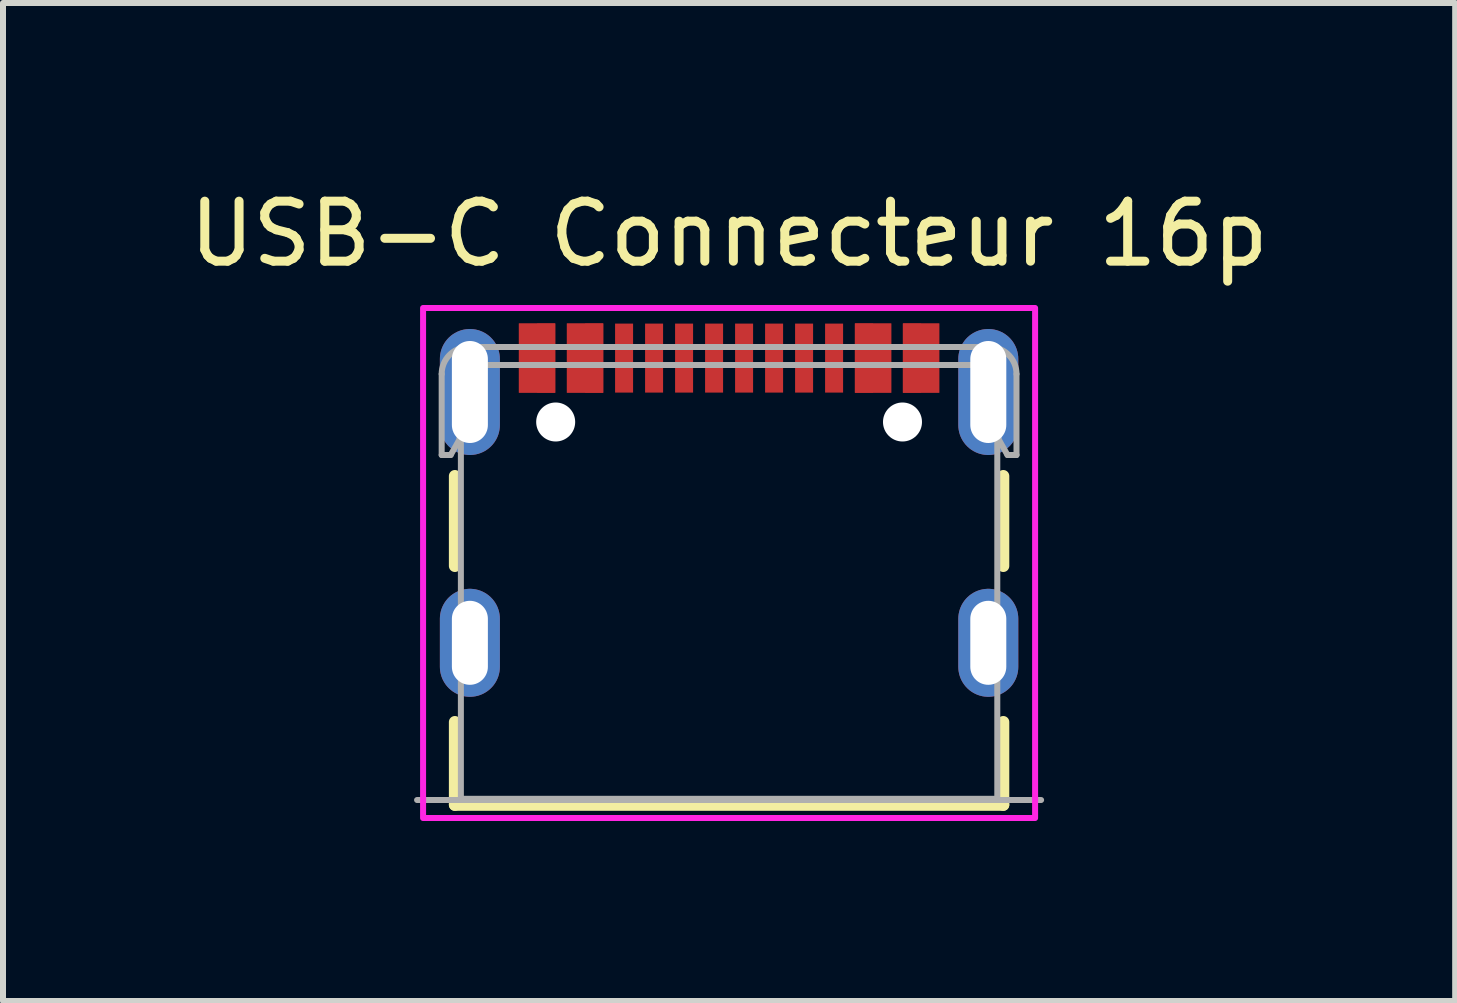
<source format=kicad_pcb>
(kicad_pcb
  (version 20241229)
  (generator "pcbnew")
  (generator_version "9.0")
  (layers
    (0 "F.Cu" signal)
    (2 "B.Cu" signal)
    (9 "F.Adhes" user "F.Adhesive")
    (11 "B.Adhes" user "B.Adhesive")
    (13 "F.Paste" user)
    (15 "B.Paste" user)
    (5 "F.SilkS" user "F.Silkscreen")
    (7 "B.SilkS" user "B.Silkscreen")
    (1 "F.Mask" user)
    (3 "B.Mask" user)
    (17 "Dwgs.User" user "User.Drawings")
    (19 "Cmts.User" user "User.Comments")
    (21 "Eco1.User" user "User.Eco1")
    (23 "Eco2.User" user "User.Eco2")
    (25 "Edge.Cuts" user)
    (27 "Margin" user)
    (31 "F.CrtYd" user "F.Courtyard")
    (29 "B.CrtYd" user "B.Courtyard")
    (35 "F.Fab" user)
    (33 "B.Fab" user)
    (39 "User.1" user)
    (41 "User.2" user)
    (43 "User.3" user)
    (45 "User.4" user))
  (footprint "USB-C Connecteur 16p"
    (layer "F.Cu")
    (at 9.101 7.663)
    (property "Reference" "USB-C Connecteur 16p" (at 0 -6.815 0) (layer "F.SilkS") (effects (font (size 1 1) (thickness 0.15))))
    (attr smd)
    (fp_poly (pts (xy -3.6 -5.42) (xy -3.6 -4.07) (xy -2.8 -4.07) (xy -2.8 -5.42)) (stroke (width 0.01) (type solid)) (fill yes) (layer "F.Mask"))
    (fp_poly (pts (xy -2.8 -5.42) (xy -2.8 -4.07) (xy -2 -4.07) (xy -2 -5.42)) (stroke (width 0.01) (type solid)) (fill yes) (layer "F.Mask"))
    (fp_poly (pts (xy 2 -5.42) (xy 2 -4.07) (xy 2.8 -4.07) (xy 2.8 -5.42)) (stroke (width 0.01) (type solid)) (fill yes) (layer "F.Mask"))
    (fp_poly (pts (xy 2.8 -5.42) (xy 2.8 -4.07) (xy 3.6 -4.07) (xy 3.6 -5.42)) (stroke (width 0.01) (type solid)) (fill yes) (layer "F.Mask"))
    (fp_line (start -4.57 -2.78) (end -4.57 -1.28) (stroke (width 0.2) (type solid)) (layer "F.SilkS"))
    (fp_line (start -4.57 1.32) (end -4.57 2.7) (stroke (width 0.2) (type solid)) (layer "F.SilkS"))
    (fp_line (start -4.57 2.7) (end 4.57 2.7) (stroke (width 0.2) (type solid)) (layer "F.SilkS"))
    (fp_line (start 4.57 -1.28) (end 4.57 -2.78) (stroke (width 0.2) (type solid)) (layer "F.SilkS"))
    (fp_line (start 4.57 2.7) (end 4.57 1.32) (stroke (width 0.2) (type solid)) (layer "F.SilkS"))
    (fp_poly (pts (xy -3.5 -5.32) (xy -3.5 -4.17) (xy -2.9 -4.17) (xy -2.9 -5.32)) (stroke (width 0.01) (type solid)) (fill yes) (layer "F.Paste"))
    (fp_poly (pts (xy -2.7 -5.32) (xy -2.7 -4.17) (xy -2.1 -4.17) (xy -2.1 -5.32)) (stroke (width 0.01) (type solid)) (fill yes) (layer "F.Paste"))
    (fp_poly (pts (xy 2.1 -5.32) (xy 2.1 -4.17) (xy 2.7 -4.17) (xy 2.7 -5.32)) (stroke (width 0.01) (type solid)) (fill yes) (layer "F.Paste"))
    (fp_poly (pts (xy 2.9 -5.32) (xy 2.9 -4.17) (xy 3.5 -4.17) (xy 3.5 -5.32)) (stroke (width 0.01) (type solid)) (fill yes) (layer "F.Paste"))
    (fp_poly (pts (xy -5.1 -5.58) (xy -5.1 2.92) (xy 5.1 2.92) (xy 5.1 -5.58)) (stroke (width 0.1) (type solid)) (fill no) (layer "F.CrtYd"))
    (fp_line (start -5.2 2.62) (end 5.2 2.62) (stroke (width 0.1) (type solid)) (layer "F.Fab"))
    (fp_line (start -4.79 -4.48) (end -4.79 -3.13) (stroke (width 0.1) (type solid)) (layer "F.Fab"))
    (fp_line (start -4.79 -3.13) (end -4.64 -3.13) (stroke (width 0.1) (type solid)) (layer "F.Fab"))
    (fp_line (start -4.64 -3.13) (end -4.47 -3.43) (stroke (width 0.1) (type solid)) (layer "F.Fab"))
    (fp_line (start -4.49 -4.48) (end -4.49 -3.395) (stroke (width 0.1) (type solid)) (layer "F.Fab"))
    (fp_line (start -4.47 -4.55) (end -4.47 -3.43) (stroke (width 0.1) (type solid)) (layer "F.Fab"))
    (fp_line (start -4.47 -3.43) (end -4.47 2.6) (stroke (width 0.1) (type solid)) (layer "F.Fab"))
    (fp_line (start -4.47 2.6) (end 4.47 2.6) (stroke (width 0.1) (type solid)) (layer "F.Fab"))
    (fp_line (start -4.34 -4.63) (end 4.34 -4.63) (stroke (width 0.1) (type solid)) (layer "F.Fab"))
    (fp_line (start 4.36 -4.93) (end -4.36 -4.93) (stroke (width 0.1) (type solid)) (layer "F.Fab"))
    (fp_line (start 4.47 -4.55) (end 4.47 -3.43) (stroke (width 0.1) (type solid)) (layer "F.Fab"))
    (fp_line (start 4.47 -3.43) (end 4.47 2.6) (stroke (width 0.1) (type solid)) (layer "F.Fab"))
    (fp_line (start 4.49 -4.48) (end 4.49 -3.395) (stroke (width 0.1) (type solid)) (layer "F.Fab"))
    (fp_line (start 4.64 -3.13) (end 4.47 -3.43) (stroke (width 0.1) (type solid)) (layer "F.Fab"))
    (fp_line (start 4.79 -4.48) (end 4.79 -3.13) (stroke (width 0.1) (type solid)) (layer "F.Fab"))
    (fp_line (start 4.79 -3.13) (end 4.64 -3.13) (stroke (width 0.1) (type solid)) (layer "F.Fab"))
    (fp_arc (start -4.79 -4.48) (mid -4.665284 -4.791272) (end -4.36 -4.93) (stroke (width 0.1) (type solid)) (layer "F.Fab"))
    (fp_arc (start -4.49 -4.48) (mid -4.446066 -4.586066) (end -4.34 -4.63) (stroke (width 0.1) (type solid)) (layer "F.Fab"))
    (fp_arc (start 4.34 -4.63) (mid 4.446066 -4.586066) (end 4.49 -4.48) (stroke (width 0.1) (type solid)) (layer "F.Fab"))
    (fp_arc (start 4.36 -4.93) (mid 4.665284 -4.791272) (end 4.79 -4.48) (stroke (width 0.1) (type solid)) (layer "F.Fab"))
    (fp_text user "PCB Cutout Area" (at 4.3 0.02 0) (layer "Edge.Cuts") (effects (font (size 0.1 0.1) (thickness 0.15))))
    (fp_text user "PCB Cutout Area" (at -4.3 -4.18 0) (layer "Edge.Cuts") (effects (font (size 0.1 0.1) (thickness 0.15))))
    (fp_text user "PCB Cutout Area" (at 4.3 -4.18 0) (layer "Edge.Cuts") (effects (font (size 0.1 0.1) (thickness 0.15))))
    (fp_text user "PCB Cutout Area" (at -4.3 0.02 0) (layer "Edge.Cuts") (effects (font (size 0.1 0.1) (thickness 0.15))))
    (pad "" np_thru_hole circle (at -2.89 -3.68) (size 0.65 0.65) (drill 0.65) (layers "*.Cu" "*.Mask"))
    (pad "" np_thru_hole circle (at 2.89 -3.68) (size 0.65 0.65) (drill 0.65) (layers "*.Cu" "*.Mask"))
    (pad "A1" smd custom (at -3.35 -4.745) (size 0.3 1.15) (layers "F.Cu") (options (anchor rect)) (primitives (gr_poly (pts (xy -0.15 -0.575) (xy -0.15 0.575) (xy 0.45 0.575) (xy 0.45 -0.575)) (width 0.01) (fill yes))))
    (pad "A4" smd custom (at -2.55 -4.745) (size 0.3 1.15) (layers "F.Cu") (options (anchor rect)) (primitives (gr_poly (pts (xy -0.15 -0.575) (xy -0.15 0.575) (xy 0.45 0.575) (xy 0.45 -0.575)) (width 0.01) (fill yes))))
    (pad "A5" smd rect (at -1.25 -4.745) (size 0.3 1.15) (layers "F.Cu" "F.Mask" "F.Paste"))
    (pad "A6" smd rect (at -0.25 -4.745) (size 0.3 1.15) (layers "F.Cu" "F.Mask" "F.Paste"))
    (pad "A7" smd rect (at 0.25 -4.745) (size 0.3 1.15) (layers "F.Cu" "F.Mask" "F.Paste"))
    (pad "A8" smd rect (at 1.25 -4.745) (size 0.3 1.15) (layers "F.Cu" "F.Mask" "F.Paste"))
    (pad "A9" smd custom (at 2.55 -4.745) (size 0.3 1.15) (layers "F.Cu") (options (anchor rect)) (primitives (gr_poly (pts (xy -0.45 -0.575) (xy -0.45 0.575) (xy 0.15 0.575) (xy 0.15 -0.575)) (width 0.01) (fill yes))))
    (pad "A12" smd custom (at 3.35 -4.745) (size 0.3 1.15) (layers "F.Cu") (options (anchor rect)) (primitives (gr_poly (pts (xy -0.45 -0.575) (xy -0.45 0.575) (xy 0.15 0.575) (xy 0.15 -0.575)) (width 0.01) (fill yes))))
    (pad "B1" smd rect (at 3.05 -4.745) (size 0.3 1.15) (layers "F.Cu"))
    (pad "B4" smd rect (at 2.25 -4.745) (size 0.3 1.15) (layers "F.Cu"))
    (pad "B5" smd rect (at 1.75 -4.745) (size 0.3 1.15) (layers "F.Cu" "F.Mask" "F.Paste"))
    (pad "B6" smd rect (at 0.75 -4.745) (size 0.3 1.15) (layers "F.Cu" "F.Mask" "F.Paste"))
    (pad "B7" smd rect (at -0.75 -4.745) (size 0.3 1.15) (layers "F.Cu" "F.Mask" "F.Paste"))
    (pad "B8" smd rect (at -1.75 -4.745) (size 0.3 1.15) (layers "F.Cu" "F.Mask" "F.Paste"))
    (pad "B9" smd rect (at -2.25 -4.745) (size 0.3 1.15) (layers "F.Cu"))
    (pad "B12" smd rect (at -3.05 -4.745) (size 0.3 1.15) (layers "F.Cu"))
    (pad "S1" thru_hole oval (at -4.32 -4.18) (size 1 2.1) (drill oval 0.6 1.7) (layers "*.Cu" "*.Mask"))
    (pad "S2" thru_hole oval (at 4.32 -4.18) (size 1 2.1) (drill oval 0.6 1.7) (layers "*.Cu" "*.Mask"))
    (pad "S3" thru_hole oval (at -4.32 0) (size 1 1.8) (drill oval 0.6 1.4) (layers "*.Cu" "*.Mask"))
    (pad "S4" thru_hole oval (at 4.32 0) (size 1 1.8) (drill oval 0.6 1.4) (layers "*.Cu" "*.Mask")))
  (gr_rect
    (start -3 -3)
    (end 21.202 13.633)
    (stroke (width 0.1) (type default))
    (fill no)
    (layer "Edge.Cuts")))
</source>
